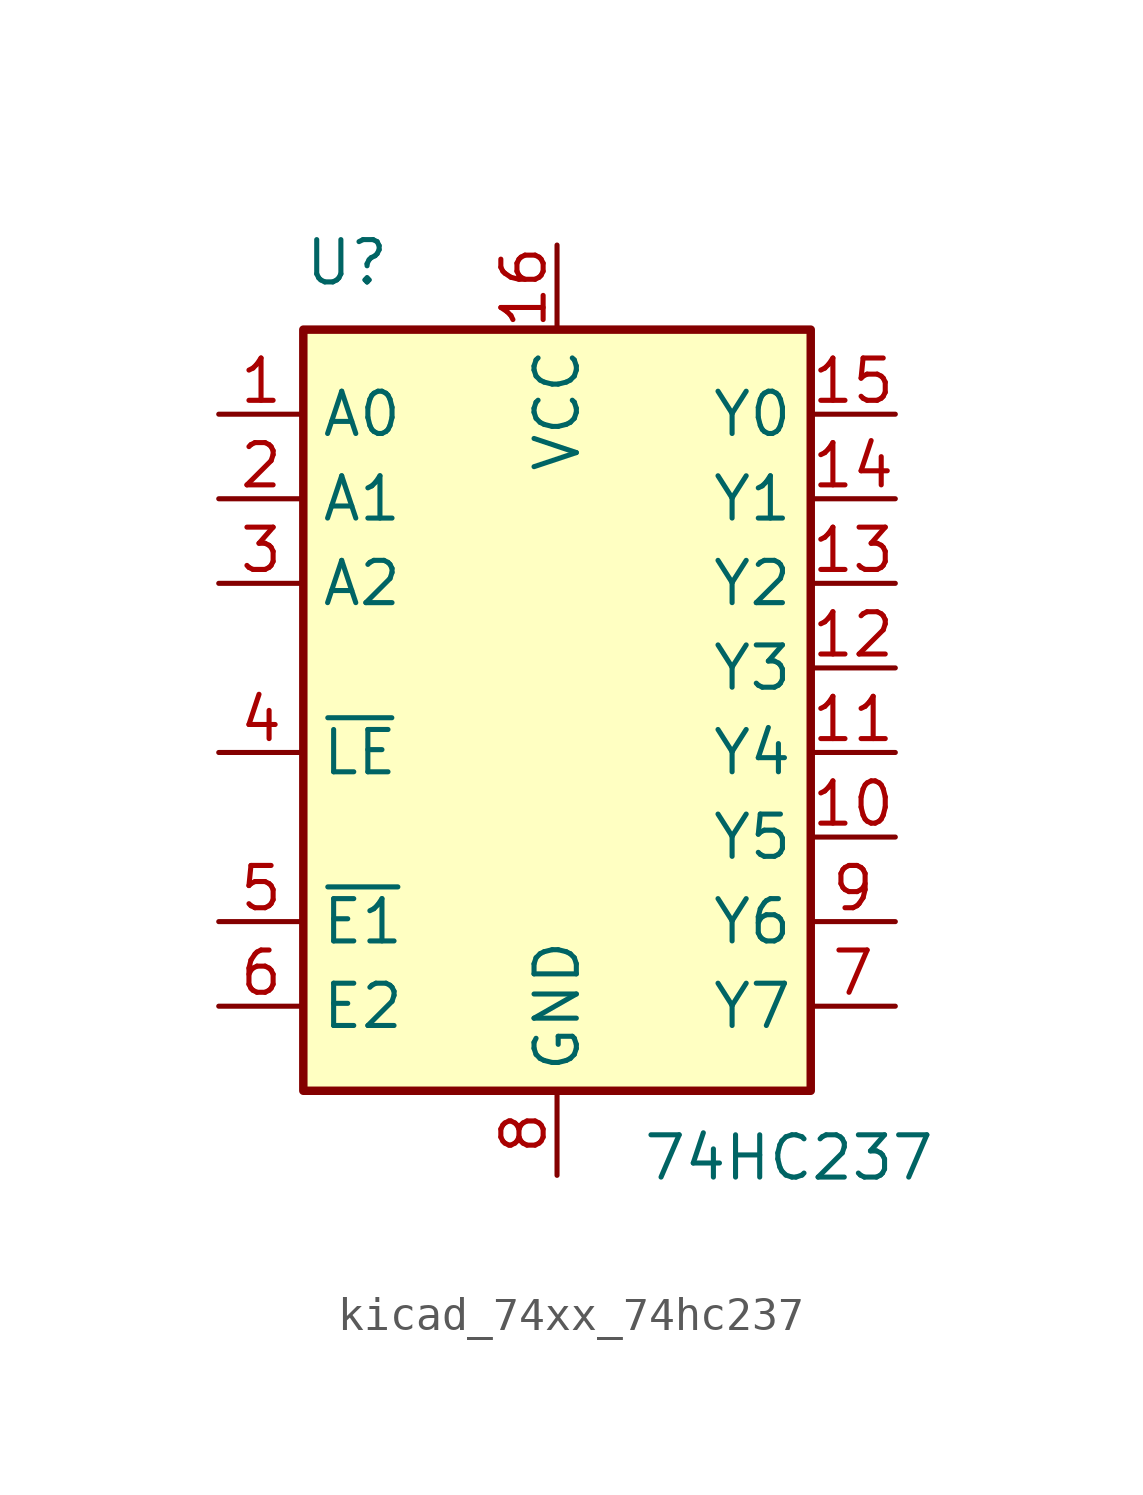
<source format=kicad_sym>
(kicad_symbol_lib
  (version 20220914)
  (generator kicad_symbol_editor)
  (symbol "kicad_74xx_74hc237"
    (property "Reference" "U"
      (at -7.62 13.97 0)
      (effects (font (size 1.27 1.27)) (justify left bottom)))
    (property "Value" "74HC237"
      (at 2.54 -11.43 0)
      (effects (font (size 1.27 1.27)) (justify left top)))
    (symbol "kicad_74xx_74hc237_0_1"
      (rectangle (start -7.62 12.7) (end 7.62 -10.16) (stroke (width 0.254) (type default)) (fill (type background))))
    (symbol "kicad_74xx_74hc237_1_1"
      (pin input line (at -10.16 10.16 0) (length 2.54) (name "A0" (effects (font (size 1.27 1.27)))) (number "1" (effects (font (size 1.27 1.27)))))
      (pin output line (at 10.16 -2.54 180) (length 2.54) (name "Y5" (effects (font (size 1.27 1.27)))) (number "10" (effects (font (size 1.27 1.27)))))
      (pin output line (at 10.16 0 180) (length 2.54) (name "Y4" (effects (font (size 1.27 1.27)))) (number "11" (effects (font (size 1.27 1.27)))))
      (pin output line (at 10.16 2.54 180) (length 2.54) (name "Y3" (effects (font (size 1.27 1.27)))) (number "12" (effects (font (size 1.27 1.27)))))
      (pin output line (at 10.16 5.08 180) (length 2.54) (name "Y2" (effects (font (size 1.27 1.27)))) (number "13" (effects (font (size 1.27 1.27)))))
      (pin output line (at 10.16 7.62 180) (length 2.54) (name "Y1" (effects (font (size 1.27 1.27)))) (number "14" (effects (font (size 1.27 1.27)))))
      (pin output line (at 10.16 10.16 180) (length 2.54) (name "Y0" (effects (font (size 1.27 1.27)))) (number "15" (effects (font (size 1.27 1.27)))))
      (pin power_in line (at 0 15.24 270) (length 2.54) (name "VCC" (effects (font (size 1.27 1.27)))) (number "16" (effects (font (size 1.27 1.27)))))
      (pin input line (at -10.16 7.62 0) (length 2.54) (name "A1" (effects (font (size 1.27 1.27)))) (number "2" (effects (font (size 1.27 1.27)))))
      (pin input line (at -10.16 5.08 0) (length 2.54) (name "A2" (effects (font (size 1.27 1.27)))) (number "3" (effects (font (size 1.27 1.27)))))
      (pin input line (at -10.16 0 0) (length 2.54) (name "~{LE}" (effects (font (size 1.27 1.27)))) (number "4" (effects (font (size 1.27 1.27)))))
      (pin input line (at -10.16 -5.08 0) (length 2.54) (name "~{E1}" (effects (font (size 1.27 1.27)))) (number "5" (effects (font (size 1.27 1.27)))))
      (pin input line (at -10.16 -7.62 0) (length 2.54) (name "E2" (effects (font (size 1.27 1.27)))) (number "6" (effects (font (size 1.27 1.27)))))
      (pin output line (at 10.16 -7.62 180) (length 2.54) (name "Y7" (effects (font (size 1.27 1.27)))) (number "7" (effects (font (size 1.27 1.27)))))
      (pin power_in line (at 0 -12.7 90) (length 2.54) (name "GND" (effects (font (size 1.27 1.27)))) (number "8" (effects (font (size 1.27 1.27)))))
      (pin output line (at 10.16 -5.08 180) (length 2.54) (name "Y6" (effects (font (size 1.27 1.27)))) (number "9" (effects (font (size 1.27 1.27))))))))
</source>
